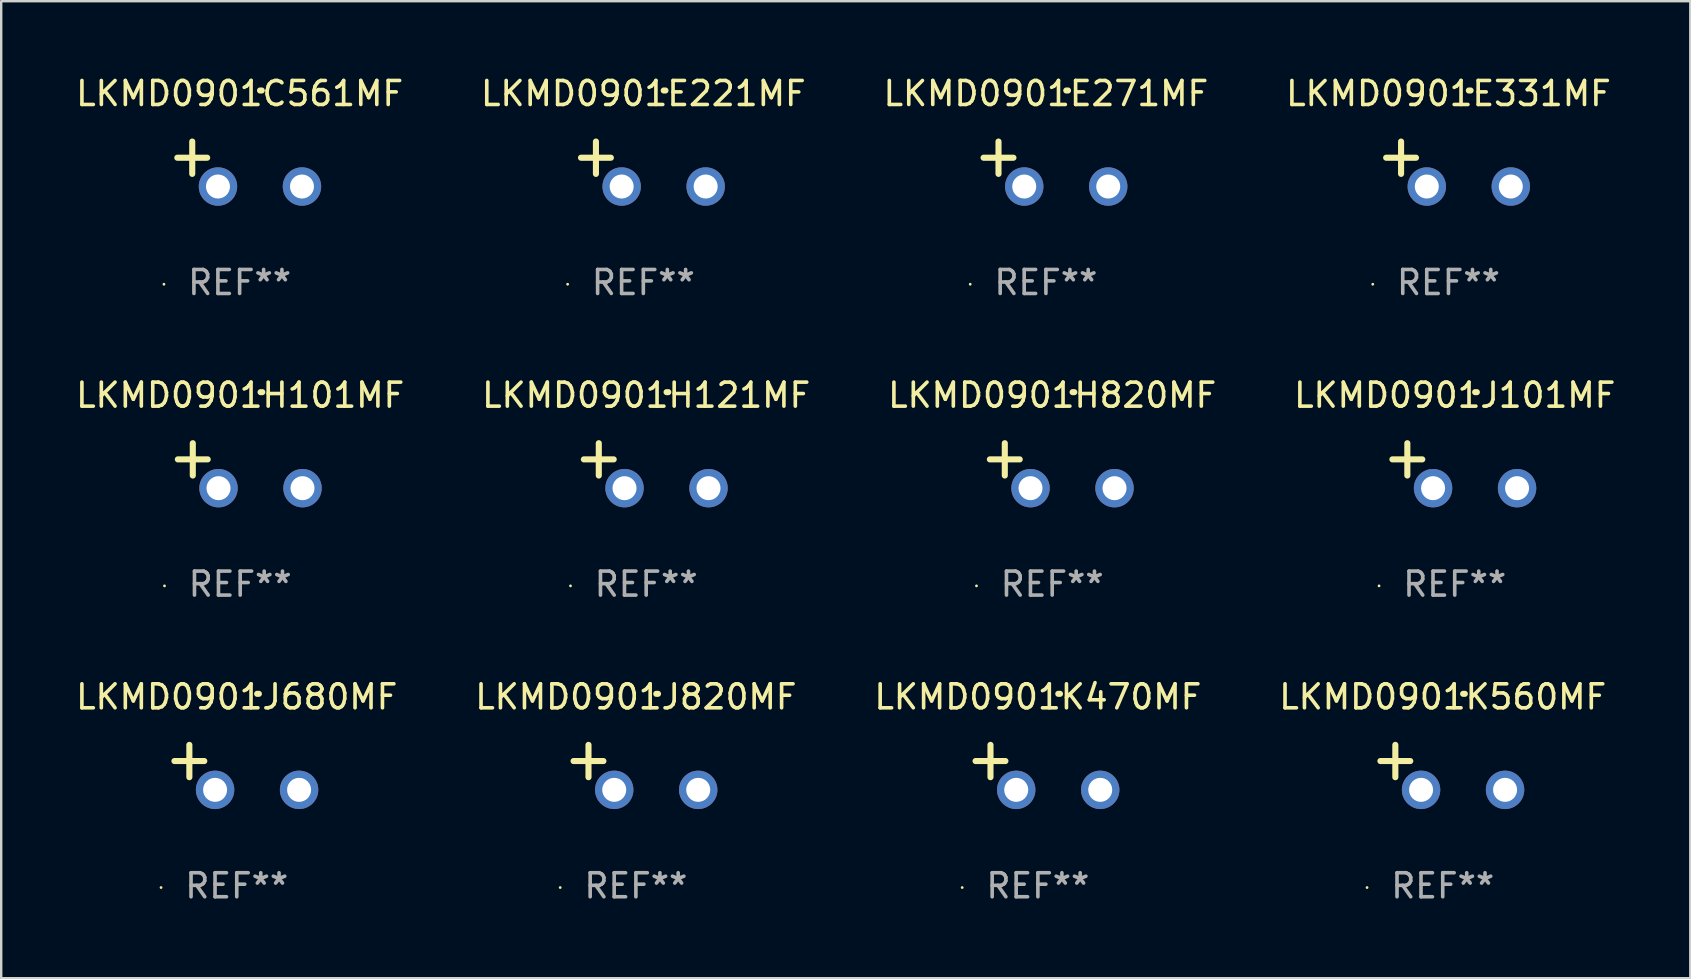
<source format=kicad_pcb>
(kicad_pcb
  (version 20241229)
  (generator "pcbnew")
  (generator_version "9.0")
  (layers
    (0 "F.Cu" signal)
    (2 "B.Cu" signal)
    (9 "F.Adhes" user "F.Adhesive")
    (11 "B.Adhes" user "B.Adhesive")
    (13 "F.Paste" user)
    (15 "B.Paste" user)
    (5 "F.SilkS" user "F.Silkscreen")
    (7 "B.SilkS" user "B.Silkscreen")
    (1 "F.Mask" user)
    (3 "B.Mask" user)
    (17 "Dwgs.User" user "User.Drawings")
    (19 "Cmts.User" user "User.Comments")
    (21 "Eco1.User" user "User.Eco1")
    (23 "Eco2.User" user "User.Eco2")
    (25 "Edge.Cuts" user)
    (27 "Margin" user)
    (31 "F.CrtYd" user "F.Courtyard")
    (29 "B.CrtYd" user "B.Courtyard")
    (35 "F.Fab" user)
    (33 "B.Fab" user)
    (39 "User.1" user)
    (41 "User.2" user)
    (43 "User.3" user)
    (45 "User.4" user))
  (footprint "LKMD0901E221MF"
    (layer "F.Cu")
    (at 23.756 3.785)
    (property "Reference" "LKMD0901E221MF" (at 0 -2.937 0) (layer "F.SilkS") (effects (font (size 1 1) (thickness 0.15))))
    (attr through_hole)
    (fp_line (start -1.975 0.41) (end -1.975 -0.937) (stroke (width 0.254) (type solid)) (layer "F.SilkS"))
    (fp_line (start -1.353 -0.263) (end -2.597 -0.263) (stroke (width 0.254) (type solid)) (layer "F.SilkS"))
    (fp_arc (start 0.849809 -3.063957) (mid 0.885369 -3.064114) (end 0.920929 -3.063957) (stroke (width 0.254001) (type solid)) (layer "F.SilkS"))
    (fp_circle (center -3.154 5.008) (end -3.124 5.008) (stroke (width 0.06) (type solid)) (fill no) (layer "F.SilkS"))
    (fp_text user "REF**" (at 0 4.937 0) (layer "F.Fab") (effects (font (size 1 1) (thickness 0.15))))
    (pad "1" thru_hole circle (at -0.903 0.937) (size 1.6 1.6) (drill 1) (layers "*.Cu" "*.Mask"))
    (pad "2" thru_hole circle (at 2.597 0.937) (size 1.6 1.6) (drill 1) (layers "*.Cu" "*.Mask")))
  (footprint "LKMD0901J680MF"
    (layer "F.Cu")
    (at 6.815 28.924)
    (property "Reference" "LKMD0901J680MF" (at 0 -2.937 0) (layer "F.SilkS") (effects (font (size 1 1) (thickness 0.15))))
    (attr through_hole)
    (fp_line (start -1.975 0.41) (end -1.975 -0.937) (stroke (width 0.254) (type solid)) (layer "F.SilkS"))
    (fp_line (start -1.353 -0.263) (end -2.597 -0.263) (stroke (width 0.254) (type solid)) (layer "F.SilkS"))
    (fp_arc (start 0.849809 -3.063957) (mid 0.885369 -3.064114) (end 0.920929 -3.063957) (stroke (width 0.254001) (type solid)) (layer "F.SilkS"))
    (fp_circle (center -3.154 5.008) (end -3.124 5.008) (stroke (width 0.06) (type solid)) (fill no) (layer "F.SilkS"))
    (fp_text user "REF**" (at 0 4.937 0) (layer "F.Fab") (effects (font (size 1 1) (thickness 0.15))))
    (pad "1" thru_hole circle (at -0.903 0.937) (size 1.6 1.6) (drill 1) (layers "*.Cu" "*.Mask"))
    (pad "2" thru_hole circle (at 2.597 0.937) (size 1.6 1.6) (drill 1) (layers "*.Cu" "*.Mask")))
  (footprint "LKMD0901K560MF"
    (layer "F.Cu")
    (at 57.065 28.924)
    (property "Reference" "LKMD0901K560MF" (at 0 -2.937 0) (layer "F.SilkS") (effects (font (size 1 1) (thickness 0.15))))
    (attr through_hole)
    (fp_line (start -1.975 0.41) (end -1.975 -0.937) (stroke (width 0.254) (type solid)) (layer "F.SilkS"))
    (fp_line (start -1.353 -0.263) (end -2.597 -0.263) (stroke (width 0.254) (type solid)) (layer "F.SilkS"))
    (fp_arc (start 0.849809 -3.063957) (mid 0.885369 -3.064114) (end 0.920929 -3.063957) (stroke (width 0.254001) (type solid)) (layer "F.SilkS"))
    (fp_circle (center -3.154 5.008) (end -3.124 5.008) (stroke (width 0.06) (type solid)) (fill no) (layer "F.SilkS"))
    (fp_text user "REF**" (at 0 4.937 0) (layer "F.Fab") (effects (font (size 1 1) (thickness 0.15))))
    (pad "1" thru_hole circle (at -0.903 0.937) (size 1.6 1.6) (drill 1) (layers "*.Cu" "*.Mask"))
    (pad "2" thru_hole circle (at 2.597 0.937) (size 1.6 1.6) (drill 1) (layers "*.Cu" "*.Mask")))
  (footprint "LKMD0901H121MF"
    (layer "F.Cu")
    (at 23.875 16.354)
    (property "Reference" "LKMD0901H121MF" (at 0 -2.937 0) (layer "F.SilkS") (effects (font (size 1 1) (thickness 0.15))))
    (attr through_hole)
    (fp_line (start -1.975 0.41) (end -1.975 -0.937) (stroke (width 0.254) (type solid)) (layer "F.SilkS"))
    (fp_line (start -1.353 -0.263) (end -2.597 -0.263) (stroke (width 0.254) (type solid)) (layer "F.SilkS"))
    (fp_arc (start 0.849809 -3.063957) (mid 0.885369 -3.064114) (end 0.920929 -3.063957) (stroke (width 0.254001) (type solid)) (layer "F.SilkS"))
    (fp_circle (center -3.154 5.008) (end -3.124 5.008) (stroke (width 0.06) (type solid)) (fill no) (layer "F.SilkS"))
    (fp_text user "REF**" (at 0 4.937 0) (layer "F.Fab") (effects (font (size 1 1) (thickness 0.15))))
    (pad "1" thru_hole circle (at -0.903 0.937) (size 1.6 1.6) (drill 1) (layers "*.Cu" "*.Mask"))
    (pad "2" thru_hole circle (at 2.597 0.937) (size 1.6 1.6) (drill 1) (layers "*.Cu" "*.Mask")))
  (footprint "LKMD0901C561MF"
    (layer "F.Cu")
    (at 6.935 3.785)
    (property "Reference" "LKMD0901C561MF" (at 0 -2.937 0) (layer "F.SilkS") (effects (font (size 1 1) (thickness 0.15))))
    (attr through_hole)
    (fp_line (start -1.975 0.41) (end -1.975 -0.937) (stroke (width 0.254) (type solid)) (layer "F.SilkS"))
    (fp_line (start -1.353 -0.263) (end -2.597 -0.263) (stroke (width 0.254) (type solid)) (layer "F.SilkS"))
    (fp_arc (start 0.849809 -3.063957) (mid 0.885369 -3.064114) (end 0.920929 -3.063957) (stroke (width 0.254001) (type solid)) (layer "F.SilkS"))
    (fp_circle (center -3.154 5.008) (end -3.124 5.008) (stroke (width 0.06) (type solid)) (fill no) (layer "F.SilkS"))
    (fp_text user "REF**" (at 0 4.937 0) (layer "F.Fab") (effects (font (size 1 1) (thickness 0.15))))
    (pad "1" thru_hole circle (at -0.903 0.937) (size 1.6 1.6) (drill 1) (layers "*.Cu" "*.Mask"))
    (pad "2" thru_hole circle (at 2.597 0.937) (size 1.6 1.6) (drill 1) (layers "*.Cu" "*.Mask")))
  (footprint "LKMD0901J101MF"
    (layer "F.Cu")
    (at 57.565 16.354)
    (property "Reference" "LKMD0901J101MF" (at 0 -2.937 0) (layer "F.SilkS") (effects (font (size 1 1) (thickness 0.15))))
    (attr through_hole)
    (fp_line (start -1.975 0.41) (end -1.975 -0.937) (stroke (width 0.254) (type solid)) (layer "F.SilkS"))
    (fp_line (start -1.353 -0.263) (end -2.597 -0.263) (stroke (width 0.254) (type solid)) (layer "F.SilkS"))
    (fp_arc (start 0.849809 -3.063957) (mid 0.885369 -3.064114) (end 0.920929 -3.063957) (stroke (width 0.254001) (type solid)) (layer "F.SilkS"))
    (fp_circle (center -3.154 5.008) (end -3.124 5.008) (stroke (width 0.06) (type solid)) (fill no) (layer "F.SilkS"))
    (fp_text user "REF**" (at 0 4.937 0) (layer "F.Fab") (effects (font (size 1 1) (thickness 0.15))))
    (pad "1" thru_hole circle (at -0.903 0.937) (size 1.6 1.6) (drill 1) (layers "*.Cu" "*.Mask"))
    (pad "2" thru_hole circle (at 2.597 0.937) (size 1.6 1.6) (drill 1) (layers "*.Cu" "*.Mask")))
  (footprint "LKMD0901E271MF"
    (layer "F.Cu")
    (at 40.53 3.785)
    (property "Reference" "LKMD0901E271MF" (at 0 -2.937 0) (layer "F.SilkS") (effects (font (size 1 1) (thickness 0.15))))
    (attr through_hole)
    (fp_line (start -1.975 0.41) (end -1.975 -0.937) (stroke (width 0.254) (type solid)) (layer "F.SilkS"))
    (fp_line (start -1.353 -0.263) (end -2.597 -0.263) (stroke (width 0.254) (type solid)) (layer "F.SilkS"))
    (fp_arc (start 0.849809 -3.063957) (mid 0.885369 -3.064114) (end 0.920929 -3.063957) (stroke (width 0.254001) (type solid)) (layer "F.SilkS"))
    (fp_circle (center -3.154 5.008) (end -3.124 5.008) (stroke (width 0.06) (type solid)) (fill no) (layer "F.SilkS"))
    (fp_text user "REF**" (at 0 4.937 0) (layer "F.Fab") (effects (font (size 1 1) (thickness 0.15))))
    (pad "1" thru_hole circle (at -0.903 0.937) (size 1.6 1.6) (drill 1) (layers "*.Cu" "*.Mask"))
    (pad "2" thru_hole circle (at 2.597 0.937) (size 1.6 1.6) (drill 1) (layers "*.Cu" "*.Mask")))
  (footprint "LKMD0901H101MF"
    (layer "F.Cu")
    (at 6.958 16.354)
    (property "Reference" "LKMD0901H101MF" (at 0 -2.937 0) (layer "F.SilkS") (effects (font (size 1 1) (thickness 0.15))))
    (attr through_hole)
    (fp_line (start -1.975 0.41) (end -1.975 -0.937) (stroke (width 0.254) (type solid)) (layer "F.SilkS"))
    (fp_line (start -1.353 -0.263) (end -2.597 -0.263) (stroke (width 0.254) (type solid)) (layer "F.SilkS"))
    (fp_arc (start 0.849809 -3.063957) (mid 0.885369 -3.064114) (end 0.920929 -3.063957) (stroke (width 0.254001) (type solid)) (layer "F.SilkS"))
    (fp_circle (center -3.154 5.008) (end -3.124 5.008) (stroke (width 0.06) (type solid)) (fill no) (layer "F.SilkS"))
    (fp_text user "REF**" (at 0 4.937 0) (layer "F.Fab") (effects (font (size 1 1) (thickness 0.15))))
    (pad "1" thru_hole circle (at -0.903 0.937) (size 1.6 1.6) (drill 1) (layers "*.Cu" "*.Mask"))
    (pad "2" thru_hole circle (at 2.597 0.937) (size 1.6 1.6) (drill 1) (layers "*.Cu" "*.Mask")))
  (footprint "LKMD0901K470MF"
    (layer "F.Cu")
    (at 40.196 28.924)
    (property "Reference" "LKMD0901K470MF" (at 0 -2.937 0) (layer "F.SilkS") (effects (font (size 1 1) (thickness 0.15))))
    (attr through_hole)
    (fp_line (start -1.975 0.41) (end -1.975 -0.937) (stroke (width 0.254) (type solid)) (layer "F.SilkS"))
    (fp_line (start -1.353 -0.263) (end -2.597 -0.263) (stroke (width 0.254) (type solid)) (layer "F.SilkS"))
    (fp_arc (start 0.849809 -3.063957) (mid 0.885369 -3.064114) (end 0.920929 -3.063957) (stroke (width 0.254001) (type solid)) (layer "F.SilkS"))
    (fp_circle (center -3.154 5.008) (end -3.124 5.008) (stroke (width 0.06) (type solid)) (fill no) (layer "F.SilkS"))
    (fp_text user "REF**" (at 0 4.937 0) (layer "F.Fab") (effects (font (size 1 1) (thickness 0.15))))
    (pad "1" thru_hole circle (at -0.903 0.937) (size 1.6 1.6) (drill 1) (layers "*.Cu" "*.Mask"))
    (pad "2" thru_hole circle (at 2.597 0.937) (size 1.6 1.6) (drill 1) (layers "*.Cu" "*.Mask")))
  (footprint "LKMD0901H820MF"
    (layer "F.Cu")
    (at 40.792 16.354)
    (property "Reference" "LKMD0901H820MF" (at 0 -2.937 0) (layer "F.SilkS") (effects (font (size 1 1) (thickness 0.15))))
    (attr through_hole)
    (fp_line (start -1.975 0.41) (end -1.975 -0.937) (stroke (width 0.254) (type solid)) (layer "F.SilkS"))
    (fp_line (start -1.353 -0.263) (end -2.597 -0.263) (stroke (width 0.254) (type solid)) (layer "F.SilkS"))
    (fp_arc (start 0.849809 -3.063957) (mid 0.885369 -3.064114) (end 0.920929 -3.063957) (stroke (width 0.254001) (type solid)) (layer "F.SilkS"))
    (fp_circle (center -3.154 5.008) (end -3.124 5.008) (stroke (width 0.06) (type solid)) (fill no) (layer "F.SilkS"))
    (fp_text user "REF**" (at 0 4.937 0) (layer "F.Fab") (effects (font (size 1 1) (thickness 0.15))))
    (pad "1" thru_hole circle (at -0.903 0.937) (size 1.6 1.6) (drill 1) (layers "*.Cu" "*.Mask"))
    (pad "2" thru_hole circle (at 2.597 0.937) (size 1.6 1.6) (drill 1) (layers "*.Cu" "*.Mask")))
  (footprint "LKMD0901J820MF"
    (layer "F.Cu")
    (at 23.446 28.924)
    (property "Reference" "LKMD0901J820MF" (at 0 -2.937 0) (layer "F.SilkS") (effects (font (size 1 1) (thickness 0.15))))
    (attr through_hole)
    (fp_line (start -1.975 0.41) (end -1.975 -0.937) (stroke (width 0.254) (type solid)) (layer "F.SilkS"))
    (fp_line (start -1.353 -0.263) (end -2.597 -0.263) (stroke (width 0.254) (type solid)) (layer "F.SilkS"))
    (fp_arc (start 0.849809 -3.063957) (mid 0.885369 -3.064114) (end 0.920929 -3.063957) (stroke (width 0.254001) (type solid)) (layer "F.SilkS"))
    (fp_circle (center -3.154 5.008) (end -3.124 5.008) (stroke (width 0.06) (type solid)) (fill no) (layer "F.SilkS"))
    (fp_text user "REF**" (at 0 4.937 0) (layer "F.Fab") (effects (font (size 1 1) (thickness 0.15))))
    (pad "1" thru_hole circle (at -0.903 0.937) (size 1.6 1.6) (drill 1) (layers "*.Cu" "*.Mask"))
    (pad "2" thru_hole circle (at 2.597 0.937) (size 1.6 1.6) (drill 1) (layers "*.Cu" "*.Mask")))
  (footprint "LKMD0901E331MF"
    (layer "F.Cu")
    (at 57.304 3.785)
    (property "Reference" "LKMD0901E331MF" (at 0 -2.937 0) (layer "F.SilkS") (effects (font (size 1 1) (thickness 0.15))))
    (attr through_hole)
    (fp_line (start -1.975 0.41) (end -1.975 -0.937) (stroke (width 0.254) (type solid)) (layer "F.SilkS"))
    (fp_line (start -1.353 -0.263) (end -2.597 -0.263) (stroke (width 0.254) (type solid)) (layer "F.SilkS"))
    (fp_arc (start 0.849809 -3.063957) (mid 0.885369 -3.064114) (end 0.920929 -3.063957) (stroke (width 0.254001) (type solid)) (layer "F.SilkS"))
    (fp_circle (center -3.154 5.008) (end -3.124 5.008) (stroke (width 0.06) (type solid)) (fill no) (layer "F.SilkS"))
    (fp_text user "REF**" (at 0 4.937 0) (layer "F.Fab") (effects (font (size 1 1) (thickness 0.15))))
    (pad "1" thru_hole circle (at -0.903 0.937) (size 1.6 1.6) (drill 1) (layers "*.Cu" "*.Mask"))
    (pad "2" thru_hole circle (at 2.597 0.937) (size 1.6 1.6) (drill 1) (layers "*.Cu" "*.Mask")))
  (gr_rect
    (start -3 -3)
    (end 67.381 37.709)
    (stroke (width 0.1) (type default))
    (fill no)
    (layer "Edge.Cuts")))
</source>
